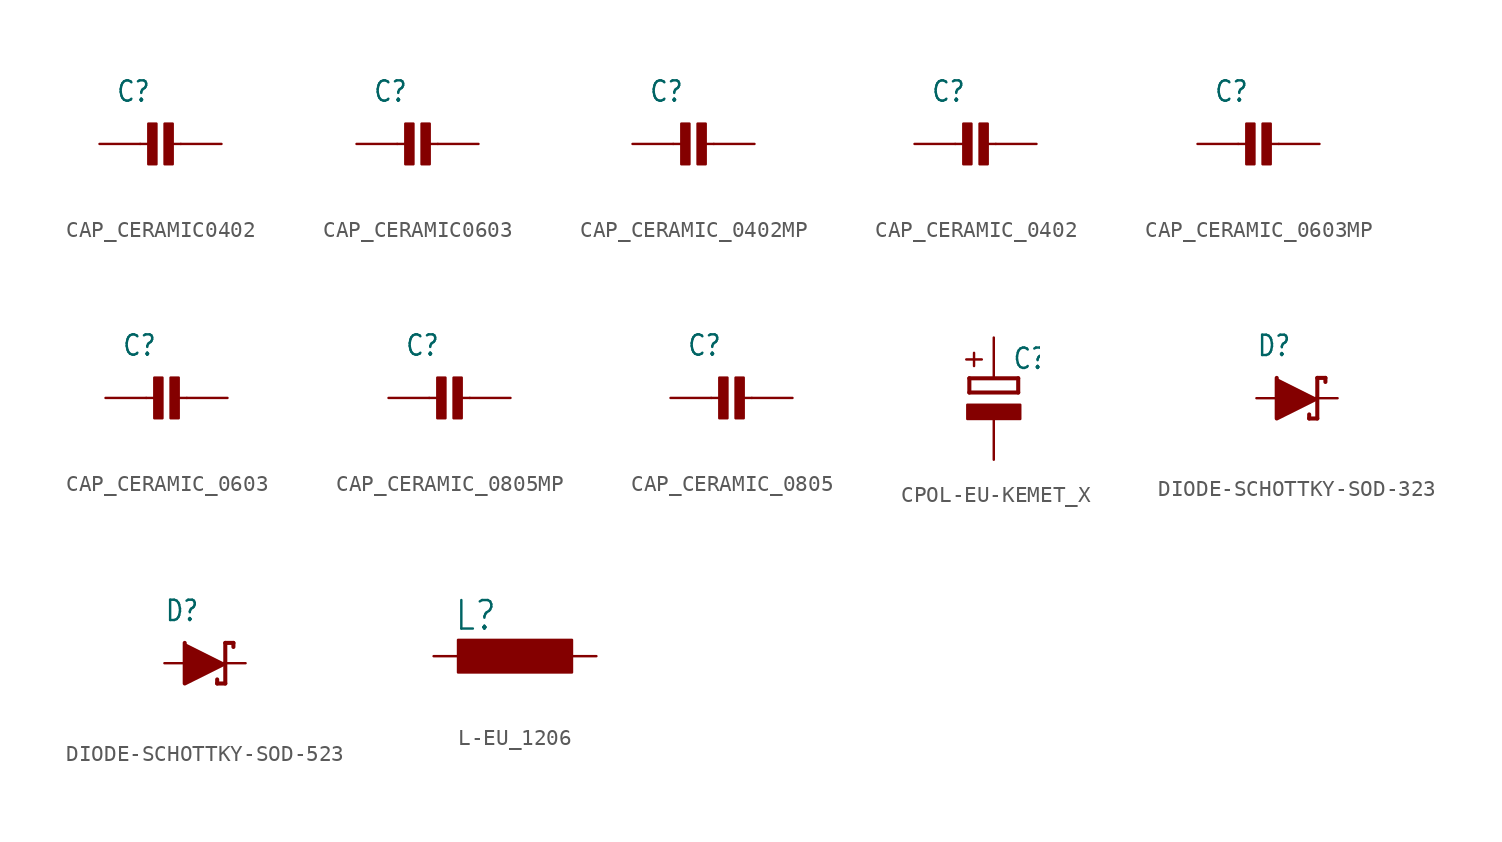
<source format=kicad_sym>
(kicad_symbol_lib
  (version 20231120)
  (generator "kicad_symbol_editor")
  (generator_version "8.0")
  (symbol "CAP_CERAMIC0402"
    (property "Reference" "C"
      (at -1.524 2.54 0)
      (effects (font (size 1.27 1.079)) (justify left bottom)))
    (property "Value" ""
      (at -1.524 -3.556 0)
      (effects (font (size 1.27 1.079)) (justify left bottom)))
    (property "ki_locked" ""
      (at 0 0 0)
      (effects (font (size 1.27 1.27))))
    (symbol "CAP_CERAMIC0402_1_0"
      (polyline (pts (xy 0 0) (xy 0.762 0)) (stroke (width 0.152) (type solid)) (fill (type none)))
      (polyline (pts (xy 1.778 0) (xy 2.54 0)) (stroke (width 0.152) (type solid)) (fill (type none)))
      (rectangle (start 0.508 1.27) (end 1.016 -1.27) (stroke (width 0) (type default)) (fill (type outline)))
      (rectangle (start 1.524 1.27) (end 2.032 -1.27) (stroke (width 0) (type default)) (fill (type outline)))
      (pin passive line (at -2.54 0 0) (length 2.54) (name "1" (effects (font (size 0 0)))) (number "1" (effects (font (size 0 0)))))
      (pin passive line (at 5.08 0 180) (length 2.54) (name "2" (effects (font (size 0 0)))) (number "2" (effects (font (size 0 0)))))))
  (symbol "CAP_CERAMIC0603"
    (property "Reference" "C"
      (at -1.524 2.54 0)
      (effects (font (size 1.27 1.079)) (justify left bottom)))
    (property "Value" ""
      (at -1.524 -3.556 0)
      (effects (font (size 1.27 1.079)) (justify left bottom)))
    (property "ki_locked" ""
      (at 0 0 0)
      (effects (font (size 1.27 1.27))))
    (symbol "CAP_CERAMIC0603_1_0"
      (polyline (pts (xy 0 0) (xy 0.762 0)) (stroke (width 0.152) (type solid)) (fill (type none)))
      (polyline (pts (xy 1.778 0) (xy 2.54 0)) (stroke (width 0.152) (type solid)) (fill (type none)))
      (rectangle (start 0.508 1.27) (end 1.016 -1.27) (stroke (width 0) (type default)) (fill (type outline)))
      (rectangle (start 1.524 1.27) (end 2.032 -1.27) (stroke (width 0) (type default)) (fill (type outline)))
      (pin passive line (at -2.54 0 0) (length 2.54) (name "1" (effects (font (size 0 0)))) (number "1" (effects (font (size 0 0)))))
      (pin passive line (at 5.08 0 180) (length 2.54) (name "2" (effects (font (size 0 0)))) (number "2" (effects (font (size 0 0)))))))
  (symbol "CAP_CERAMIC_0402MP"
    (property "Reference" "C"
      (at -1.524 2.54 0)
      (effects (font (size 1.27 1.079)) (justify left bottom)))
    (property "Value" ""
      (at -1.524 -3.556 0)
      (effects (font (size 1.27 1.079)) (justify left bottom)))
    (property "ki_locked" ""
      (at 0 0 0)
      (effects (font (size 1.27 1.27))))
    (symbol "CAP_CERAMIC_0402MP_1_0"
      (polyline (pts (xy 0 0) (xy 0.762 0)) (stroke (width 0.152) (type solid)) (fill (type none)))
      (polyline (pts (xy 1.778 0) (xy 2.54 0)) (stroke (width 0.152) (type solid)) (fill (type none)))
      (rectangle (start 0.508 1.27) (end 1.016 -1.27) (stroke (width 0) (type default)) (fill (type outline)))
      (rectangle (start 1.524 1.27) (end 2.032 -1.27) (stroke (width 0) (type default)) (fill (type outline)))
      (pin passive line (at -2.54 0 0) (length 2.54) (name "1" (effects (font (size 0 0)))) (number "1" (effects (font (size 0 0)))))
      (pin passive line (at 5.08 0 180) (length 2.54) (name "2" (effects (font (size 0 0)))) (number "2" (effects (font (size 0 0)))))))
  (symbol "CAP_CERAMIC_0402"
    (property "Reference" "C"
      (at -1.524 2.54 0)
      (effects (font (size 1.27 1.079)) (justify left bottom)))
    (property "Value" ""
      (at -1.524 -3.556 0)
      (effects (font (size 1.27 1.079)) (justify left bottom)))
    (property "ki_locked" ""
      (at 0 0 0)
      (effects (font (size 1.27 1.27))))
    (symbol "CAP_CERAMIC_0402_1_0"
      (polyline (pts (xy 0 0) (xy 0.762 0)) (stroke (width 0.152) (type solid)) (fill (type none)))
      (polyline (pts (xy 1.778 0) (xy 2.54 0)) (stroke (width 0.152) (type solid)) (fill (type none)))
      (rectangle (start 0.508 1.27) (end 1.016 -1.27) (stroke (width 0) (type default)) (fill (type outline)))
      (rectangle (start 1.524 1.27) (end 2.032 -1.27) (stroke (width 0) (type default)) (fill (type outline)))
      (pin passive line (at -2.54 0 0) (length 2.54) (name "1" (effects (font (size 0 0)))) (number "1" (effects (font (size 0 0)))))
      (pin passive line (at 5.08 0 180) (length 2.54) (name "2" (effects (font (size 0 0)))) (number "2" (effects (font (size 0 0)))))))
  (symbol "CAP_CERAMIC_0603MP"
    (property "Reference" "C"
      (at -1.524 2.54 0)
      (effects (font (size 1.27 1.079)) (justify left bottom)))
    (property "Value" ""
      (at -1.524 -3.556 0)
      (effects (font (size 1.27 1.079)) (justify left bottom)))
    (property "ki_locked" ""
      (at 0 0 0)
      (effects (font (size 1.27 1.27))))
    (symbol "CAP_CERAMIC_0603MP_1_0"
      (polyline (pts (xy 0 0) (xy 0.762 0)) (stroke (width 0.152) (type solid)) (fill (type none)))
      (polyline (pts (xy 1.778 0) (xy 2.54 0)) (stroke (width 0.152) (type solid)) (fill (type none)))
      (rectangle (start 0.508 1.27) (end 1.016 -1.27) (stroke (width 0) (type default)) (fill (type outline)))
      (rectangle (start 1.524 1.27) (end 2.032 -1.27) (stroke (width 0) (type default)) (fill (type outline)))
      (pin passive line (at -2.54 0 0) (length 2.54) (name "1" (effects (font (size 0 0)))) (number "1" (effects (font (size 0 0)))))
      (pin passive line (at 5.08 0 180) (length 2.54) (name "2" (effects (font (size 0 0)))) (number "2" (effects (font (size 0 0)))))))
  (symbol "CAP_CERAMIC_0603"
    (property "Reference" "C"
      (at -1.524 2.54 0)
      (effects (font (size 1.27 1.079)) (justify left bottom)))
    (property "Value" ""
      (at -1.524 -3.556 0)
      (effects (font (size 1.27 1.079)) (justify left bottom)))
    (property "ki_locked" ""
      (at 0 0 0)
      (effects (font (size 1.27 1.27))))
    (symbol "CAP_CERAMIC_0603_1_0"
      (polyline (pts (xy 0 0) (xy 0.762 0)) (stroke (width 0.152) (type solid)) (fill (type none)))
      (polyline (pts (xy 1.778 0) (xy 2.54 0)) (stroke (width 0.152) (type solid)) (fill (type none)))
      (rectangle (start 0.508 1.27) (end 1.016 -1.27) (stroke (width 0) (type default)) (fill (type outline)))
      (rectangle (start 1.524 1.27) (end 2.032 -1.27) (stroke (width 0) (type default)) (fill (type outline)))
      (pin passive line (at -2.54 0 0) (length 2.54) (name "1" (effects (font (size 0 0)))) (number "1" (effects (font (size 0 0)))))
      (pin passive line (at 5.08 0 180) (length 2.54) (name "2" (effects (font (size 0 0)))) (number "2" (effects (font (size 0 0)))))))
  (symbol "CAP_CERAMIC_0805MP"
    (property "Reference" "C"
      (at -1.524 2.54 0)
      (effects (font (size 1.27 1.079)) (justify left bottom)))
    (property "Value" ""
      (at -1.524 -3.556 0)
      (effects (font (size 1.27 1.079)) (justify left bottom)))
    (property "ki_locked" ""
      (at 0 0 0)
      (effects (font (size 1.27 1.27))))
    (symbol "CAP_CERAMIC_0805MP_1_0"
      (polyline (pts (xy 0 0) (xy 0.762 0)) (stroke (width 0.152) (type solid)) (fill (type none)))
      (polyline (pts (xy 1.778 0) (xy 2.54 0)) (stroke (width 0.152) (type solid)) (fill (type none)))
      (rectangle (start 0.508 1.27) (end 1.016 -1.27) (stroke (width 0) (type default)) (fill (type outline)))
      (rectangle (start 1.524 1.27) (end 2.032 -1.27) (stroke (width 0) (type default)) (fill (type outline)))
      (pin passive line (at -2.54 0 0) (length 2.54) (name "1" (effects (font (size 0 0)))) (number "1" (effects (font (size 0 0)))))
      (pin passive line (at 5.08 0 180) (length 2.54) (name "2" (effects (font (size 0 0)))) (number "2" (effects (font (size 0 0)))))))
  (symbol "CAP_CERAMIC_0805"
    (property "Reference" "C"
      (at -1.524 2.54 0)
      (effects (font (size 1.27 1.079)) (justify left bottom)))
    (property "Value" ""
      (at -1.524 -3.556 0)
      (effects (font (size 1.27 1.079)) (justify left bottom)))
    (property "ki_locked" ""
      (at 0 0 0)
      (effects (font (size 1.27 1.27))))
    (symbol "CAP_CERAMIC_0805_1_0"
      (polyline (pts (xy 0 0) (xy 0.762 0)) (stroke (width 0.152) (type solid)) (fill (type none)))
      (polyline (pts (xy 1.778 0) (xy 2.54 0)) (stroke (width 0.152) (type solid)) (fill (type none)))
      (rectangle (start 0.508 1.27) (end 1.016 -1.27) (stroke (width 0) (type default)) (fill (type outline)))
      (rectangle (start 1.524 1.27) (end 2.032 -1.27) (stroke (width 0) (type default)) (fill (type outline)))
      (pin passive line (at -2.54 0 0) (length 2.54) (name "1" (effects (font (size 0 0)))) (number "1" (effects (font (size 0 0)))))
      (pin passive line (at 5.08 0 180) (length 2.54) (name "2" (effects (font (size 0 0)))) (number "2" (effects (font (size 0 0)))))))
  (symbol "CPOL-EU-KEMET_X"
    (property "Reference" "C"
      (at 1.143 0.483 0)
      (effects (font (size 1.27 1.079)) (justify left bottom)))
    (property "Value" ""
      (at 1.143 -4.597 0)
      (effects (font (size 1.27 1.079)) (justify left bottom)))
    (property "ki_locked" ""
      (at 0 0 0)
      (effects (font (size 1.27 1.27))))
    (symbol "CPOL-EU-KEMET_X_1_0"
      (rectangle (start -1.651 -2.54) (end 1.651 -1.651) (stroke (width 0) (type default)) (fill (type outline)))
      (polyline (pts (xy -1.524 -0.889) (xy 1.524 -0.889)) (stroke (width 0.254) (type solid)) (fill (type none)))
      (polyline (pts (xy -1.524 0) (xy -1.524 -0.889)) (stroke (width 0.254) (type solid)) (fill (type none)))
      (polyline (pts (xy -1.524 0) (xy 1.524 0)) (stroke (width 0.254) (type solid)) (fill (type none)))
      (polyline (pts (xy 1.524 -0.889) (xy 1.524 0)) (stroke (width 0.254) (type solid)) (fill (type none)))
      (text "+" (at -0.584 0.406 900) (effects (font (size 1.27 1.079)) (justify left bottom)))
      (pin passive line (at 0 2.54 270) (length 2.54) (name "+" (effects (font (size 0 0)))) (number "+" (effects (font (size 0 0)))))
      (pin passive line (at 0 -5.08 90) (length 2.54) (name "-" (effects (font (size 0 0)))) (number "-" (effects (font (size 0 0)))))))
  (symbol "DIODE-SCHOTTKY-SOD-323"
    (property "Reference" "D"
      (at -2.54 2.54 0)
      (effects (font (size 1.27 1.079)) (justify left bottom)))
    (property "Value" ""
      (at -2.54 -3.81 0)
      (effects (font (size 1.27 1.079)) (justify left bottom)))
    (property "ki_locked" ""
      (at 0 0 0)
      (effects (font (size 1.27 1.27))))
    (symbol "DIODE-SCHOTTKY-SOD-323_1_0"
      (polyline (pts (xy 0.762 -1.27) (xy 0.762 -1.016)) (stroke (width 0.254) (type solid)) (fill (type none)))
      (polyline (pts (xy 0.762 -1.27) (xy 1.27 -1.27)) (stroke (width 0.254) (type solid)) (fill (type none)))
      (polyline (pts (xy 1.27 1.27) (xy 1.27 -1.27)) (stroke (width 0.254) (type solid)) (fill (type none)))
      (polyline (pts (xy 1.27 1.27) (xy 1.778 1.27)) (stroke (width 0.254) (type solid)) (fill (type none)))
      (polyline (pts (xy 1.778 1.016) (xy 1.778 1.27)) (stroke (width 0.254) (type solid)) (fill (type none)))
      (polyline (pts (xy -1.27 1.27) (xy -1.27 -1.27) (xy 1.27 0)) (stroke (width 0.254) (type solid)) (fill (type outline)))
      (pin passive line (at -2.54 0 0) (length 2.54) (name "A" (effects (font (size 0 0)))) (number "A" (effects (font (size 0 0)))))
      (pin passive line (at 2.54 0 180) (length 2.54) (name "C" (effects (font (size 0 0)))) (number "C" (effects (font (size 0 0)))))))
  (symbol "DIODE-SCHOTTKY-SOD-523"
    (property "Reference" "D"
      (at -2.54 2.54 0)
      (effects (font (size 1.27 1.079)) (justify left bottom)))
    (property "Value" ""
      (at -2.54 -3.81 0)
      (effects (font (size 1.27 1.079)) (justify left bottom)))
    (property "ki_locked" ""
      (at 0 0 0)
      (effects (font (size 1.27 1.27))))
    (symbol "DIODE-SCHOTTKY-SOD-523_1_0"
      (polyline (pts (xy 0.762 -1.27) (xy 0.762 -1.016)) (stroke (width 0.254) (type solid)) (fill (type none)))
      (polyline (pts (xy 0.762 -1.27) (xy 1.27 -1.27)) (stroke (width 0.254) (type solid)) (fill (type none)))
      (polyline (pts (xy 1.27 1.27) (xy 1.27 -1.27)) (stroke (width 0.254) (type solid)) (fill (type none)))
      (polyline (pts (xy 1.27 1.27) (xy 1.778 1.27)) (stroke (width 0.254) (type solid)) (fill (type none)))
      (polyline (pts (xy 1.778 1.016) (xy 1.778 1.27)) (stroke (width 0.254) (type solid)) (fill (type none)))
      (polyline (pts (xy -1.27 1.27) (xy -1.27 -1.27) (xy 1.27 0)) (stroke (width 0.254) (type solid)) (fill (type outline)))
      (pin passive line (at -2.54 0 0) (length 2.54) (name "A" (effects (font (size 0 0)))) (number "A" (effects (font (size 0 0)))))
      (pin passive line (at 2.54 0 180) (length 2.54) (name "C" (effects (font (size 0 0)))) (number "C" (effects (font (size 0 0)))))))
  (symbol "L-EU_1206"
    (property "Reference" "L"
      (at -3.81 1.499 0)
      (effects (font (size 1.778 1.511)) (justify left bottom)))
    (property "Value" ""
      (at -3.81 -3.302 0)
      (effects (font (size 1.778 1.511)) (justify left bottom)))
    (property "ki_locked" ""
      (at 0 0 0)
      (effects (font (size 1.27 1.27))))
    (symbol "L-EU_1206_1_0"
      (rectangle (start 3.556 -1.016) (end -3.556 1.016) (stroke (width 0) (type default)) (fill (type outline)))
      (pin passive line (at 5.08 0 180) (length 2.54) (name "1" (effects (font (size 0 0)))) (number "1" (effects (font (size 0 0)))))
      (pin passive line (at -5.08 0 0) (length 2.54) (name "2" (effects (font (size 0 0)))) (number "2" (effects (font (size 0 0))))))))
</source>
